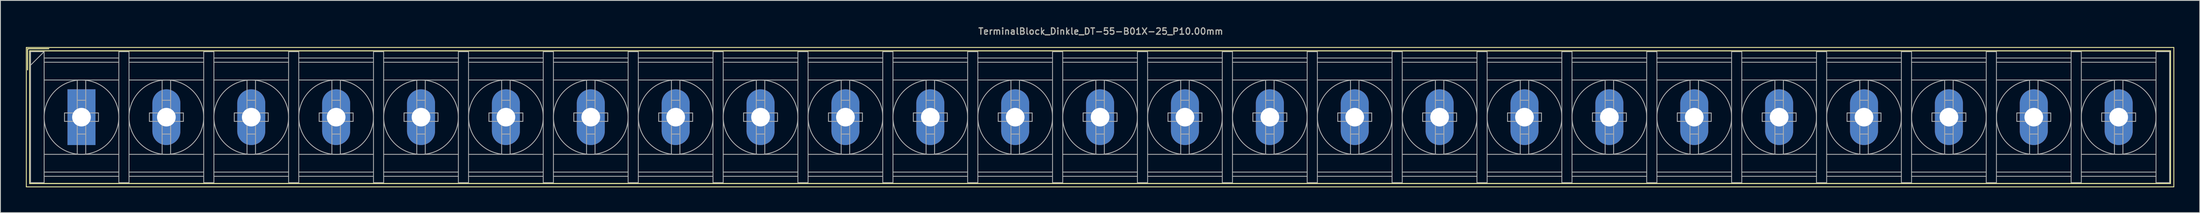
<source format=kicad_pcb>
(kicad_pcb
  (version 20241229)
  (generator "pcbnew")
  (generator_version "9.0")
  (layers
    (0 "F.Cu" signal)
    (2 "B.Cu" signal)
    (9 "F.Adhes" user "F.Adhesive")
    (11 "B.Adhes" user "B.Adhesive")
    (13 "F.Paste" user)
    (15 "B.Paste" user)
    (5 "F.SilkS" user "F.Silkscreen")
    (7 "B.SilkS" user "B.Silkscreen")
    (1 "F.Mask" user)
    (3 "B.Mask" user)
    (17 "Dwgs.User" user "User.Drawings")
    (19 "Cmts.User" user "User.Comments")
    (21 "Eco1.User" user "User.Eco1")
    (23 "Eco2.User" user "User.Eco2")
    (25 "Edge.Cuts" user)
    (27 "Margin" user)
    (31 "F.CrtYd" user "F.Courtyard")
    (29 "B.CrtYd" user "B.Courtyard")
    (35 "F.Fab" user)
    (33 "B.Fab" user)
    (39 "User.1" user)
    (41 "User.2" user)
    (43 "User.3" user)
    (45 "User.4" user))
  (footprint "TerminalBlock_Dinkle_DT-55-B01X-25_P10.00mm"
    (layer "F.Cu")
    (at 6.55 10.818)
    (property "Reference" "TerminalBlock_Dinkle_DT-55-B01X-25_P10.00mm" (at 120.08 -10.16 0) (layer "F.SilkS") (effects (font (size 0.75 0.75) (thickness 0.125))))
    (attr through_hole)
    (fp_line (start -6.5 -8.25) (end 246.5 -8.25) (stroke (width 0.1) (type solid)) (layer "F.SilkS"))
    (fp_line (start -6.5 8.25) (end -6.5 -8.25) (stroke (width 0.1) (type solid)) (layer "F.SilkS"))
    (fp_line (start -6.5 8.25) (end 246.5 8.25) (stroke (width 0.1) (type solid)) (layer "F.SilkS"))
    (fp_line (start -6.35 -8.1) (end -3.85 -8.1) (stroke (width 0.12) (type solid)) (layer "F.SilkS"))
    (fp_line (start -6.35 -5.6) (end -6.35 -8.1) (stroke (width 0.12) (type solid)) (layer "F.SilkS"))
    (fp_line (start -6.1 -7.85) (end 246.1 -7.85) (stroke (width 0.12) (type solid)) (layer "F.SilkS"))
    (fp_line (start -6.1 7.85) (end -6.1 -7.85) (stroke (width 0.12) (type solid)) (layer "F.SilkS"))
    (fp_line (start -6.1 7.85) (end 246.1 7.85) (stroke (width 0.12) (type solid)) (layer "F.SilkS"))
    (fp_line (start 246.1 -7.85) (end 246.1 7.85) (stroke (width 0.12) (type solid)) (layer "F.SilkS"))
    (fp_line (start 246.5 -8.25) (end 246.5 8.25) (stroke (width 0.1) (type solid)) (layer "F.SilkS"))
    (fp_line (start -6 -7.75) (end -6 7.75) (stroke (width 0.1) (type solid)) (layer "F.Fab"))
    (fp_line (start -6 -7.75) (end -4.4 -7.75) (stroke (width 0.1) (type solid)) (layer "F.Fab"))
    (fp_line (start -6 7.75) (end -4.4 7.75) (stroke (width 0.1) (type solid)) (layer "F.Fab"))
    (fp_line (start -4.4 -7.75) (end -6 -6.15) (stroke (width 0.1) (type solid)) (layer "F.Fab"))
    (fp_line (start -4.4 -7.75) (end -4.4 7.75) (stroke (width 0.1) (type solid)) (layer "F.Fab"))
    (fp_line (start -4.4 -7) (end 4.4 -7) (stroke (width 0.1) (type solid)) (layer "F.Fab"))
    (fp_line (start -4.4 -6.5) (end 4.4 -6.5) (stroke (width 0.1) (type solid)) (layer "F.Fab"))
    (fp_line (start -4.4 -4.4) (end 4.4 -4.4) (stroke (width 0.1) (type solid)) (layer "F.Fab"))
    (fp_line (start -4.4 4.4) (end 4.4 4.4) (stroke (width 0.1) (type solid)) (layer "F.Fab"))
    (fp_line (start -4.4 6.5) (end 4.4 6.5) (stroke (width 0.1) (type solid)) (layer "F.Fab"))
    (fp_line (start -4.4 7) (end 4.4 7) (stroke (width 0.1) (type solid)) (layer "F.Fab"))
    (fp_line (start -2 -0.5) (end -2 0.5) (stroke (width 0.1) (type solid)) (layer "F.Fab"))
    (fp_line (start -2 0.5) (end -0.5 0.5) (stroke (width 0.1) (type solid)) (layer "F.Fab"))
    (fp_line (start -0.5 -4.35) (end -0.5 -0.5) (stroke (width 0.1) (type solid)) (layer "F.Fab"))
    (fp_line (start -0.5 -2) (end 0.5 -2) (stroke (width 0.1) (type solid)) (layer "F.Fab"))
    (fp_line (start -0.5 -0.5) (end -2 -0.5) (stroke (width 0.1) (type solid)) (layer "F.Fab"))
    (fp_line (start -0.5 0.5) (end -0.5 4.35) (stroke (width 0.1) (type solid)) (layer "F.Fab"))
    (fp_line (start -0.5 2) (end 0.5 2) (stroke (width 0.1) (type solid)) (layer "F.Fab"))
    (fp_line (start 0.5 -4.35) (end 0.5 -0.5) (stroke (width 0.1) (type solid)) (layer "F.Fab"))
    (fp_line (start 0.5 -0.5) (end 2 -0.5) (stroke (width 0.1) (type solid)) (layer "F.Fab"))
    (fp_line (start 0.5 0.5) (end 0.5 4.35) (stroke (width 0.1) (type solid)) (layer "F.Fab"))
    (fp_line (start 2 -0.5) (end 2 0.5) (stroke (width 0.1) (type solid)) (layer "F.Fab"))
    (fp_line (start 2 0.5) (end 0.5 0.5) (stroke (width 0.1) (type solid)) (layer "F.Fab"))
    (fp_line (start 4.4 -7.75) (end 4.4 7.75) (stroke (width 0.1) (type solid)) (layer "F.Fab"))
    (fp_line (start 4.4 -7.75) (end 5.6 -7.75) (stroke (width 0.1) (type solid)) (layer "F.Fab"))
    (fp_line (start 4.4 7.75) (end 5.6 7.75) (stroke (width 0.1) (type solid)) (layer "F.Fab"))
    (fp_line (start 5.6 -7.75) (end 5.6 7.75) (stroke (width 0.1) (type solid)) (layer "F.Fab"))
    (fp_line (start 5.6 -7) (end 14.4 -7) (stroke (width 0.1) (type solid)) (layer "F.Fab"))
    (fp_line (start 5.6 -6.5) (end 14.4 -6.5) (stroke (width 0.1) (type solid)) (layer "F.Fab"))
    (fp_line (start 5.6 -4.4) (end 14.4 -4.4) (stroke (width 0.1) (type solid)) (layer "F.Fab"))
    (fp_line (start 5.6 4.4) (end 14.4 4.4) (stroke (width 0.1) (type solid)) (layer "F.Fab"))
    (fp_line (start 5.6 6.5) (end 14.4 6.5) (stroke (width 0.1) (type solid)) (layer "F.Fab"))
    (fp_line (start 5.6 7) (end 14.4 7) (stroke (width 0.1) (type solid)) (layer "F.Fab"))
    (fp_line (start 8 -0.5) (end 8 0.5) (stroke (width 0.1) (type solid)) (layer "F.Fab"))
    (fp_line (start 8 0.5) (end 9.5 0.5) (stroke (width 0.1) (type solid)) (layer "F.Fab"))
    (fp_line (start 9.5 -4.35) (end 9.5 -0.5) (stroke (width 0.1) (type solid)) (layer "F.Fab"))
    (fp_line (start 9.5 -2) (end 10.5 -2) (stroke (width 0.1) (type solid)) (layer "F.Fab"))
    (fp_line (start 9.5 -0.5) (end 8 -0.5) (stroke (width 0.1) (type solid)) (layer "F.Fab"))
    (fp_line (start 9.5 0.5) (end 9.5 4.35) (stroke (width 0.1) (type solid)) (layer "F.Fab"))
    (fp_line (start 9.5 2) (end 10.5 2) (stroke (width 0.1) (type solid)) (layer "F.Fab"))
    (fp_line (start 10.5 -4.35) (end 10.5 -0.5) (stroke (width 0.1) (type solid)) (layer "F.Fab"))
    (fp_line (start 10.5 -0.5) (end 12 -0.5) (stroke (width 0.1) (type solid)) (layer "F.Fab"))
    (fp_line (start 10.5 0.5) (end 10.5 4.35) (stroke (width 0.1) (type solid)) (layer "F.Fab"))
    (fp_line (start 12 -0.5) (end 12 0.5) (stroke (width 0.1) (type solid)) (layer "F.Fab"))
    (fp_line (start 12 0.5) (end 10.5 0.5) (stroke (width 0.1) (type solid)) (layer "F.Fab"))
    (fp_line (start 14.4 -7.75) (end 14.4 7.75) (stroke (width 0.1) (type solid)) (layer "F.Fab"))
    (fp_line (start 14.4 -7.75) (end 15.6 -7.75) (stroke (width 0.1) (type solid)) (layer "F.Fab"))
    (fp_line (start 14.4 7.75) (end 15.6 7.75) (stroke (width 0.1) (type solid)) (layer "F.Fab"))
    (fp_line (start 15.6 -7.75) (end 15.6 7.75) (stroke (width 0.1) (type solid)) (layer "F.Fab"))
    (fp_line (start 15.6 -7) (end 24.4 -7) (stroke (width 0.1) (type solid)) (layer "F.Fab"))
    (fp_line (start 15.6 -6.5) (end 24.4 -6.5) (stroke (width 0.1) (type solid)) (layer "F.Fab"))
    (fp_line (start 15.6 -4.4) (end 24.4 -4.4) (stroke (width 0.1) (type solid)) (layer "F.Fab"))
    (fp_line (start 15.6 4.4) (end 24.4 4.4) (stroke (width 0.1) (type solid)) (layer "F.Fab"))
    (fp_line (start 15.6 6.5) (end 24.4 6.5) (stroke (width 0.1) (type solid)) (layer "F.Fab"))
    (fp_line (start 15.6 7) (end 24.4 7) (stroke (width 0.1) (type solid)) (layer "F.Fab"))
    (fp_line (start 18 -0.5) (end 18 0.5) (stroke (width 0.1) (type solid)) (layer "F.Fab"))
    (fp_line (start 18 0.5) (end 19.5 0.5) (stroke (width 0.1) (type solid)) (layer "F.Fab"))
    (fp_line (start 19.5 -4.35) (end 19.5 -0.5) (stroke (width 0.1) (type solid)) (layer "F.Fab"))
    (fp_line (start 19.5 -2) (end 20.5 -2) (stroke (width 0.1) (type solid)) (layer "F.Fab"))
    (fp_line (start 19.5 -0.5) (end 18 -0.5) (stroke (width 0.1) (type solid)) (layer "F.Fab"))
    (fp_line (start 19.5 0.5) (end 19.5 4.35) (stroke (width 0.1) (type solid)) (layer "F.Fab"))
    (fp_line (start 19.5 2) (end 20.5 2) (stroke (width 0.1) (type solid)) (layer "F.Fab"))
    (fp_line (start 20.5 -4.35) (end 20.5 -0.5) (stroke (width 0.1) (type solid)) (layer "F.Fab"))
    (fp_line (start 20.5 -0.5) (end 22 -0.5) (stroke (width 0.1) (type solid)) (layer "F.Fab"))
    (fp_line (start 20.5 0.5) (end 20.5 4.35) (stroke (width 0.1) (type solid)) (layer "F.Fab"))
    (fp_line (start 22 -0.5) (end 22 0.5) (stroke (width 0.1) (type solid)) (layer "F.Fab"))
    (fp_line (start 22 0.5) (end 20.5 0.5) (stroke (width 0.1) (type solid)) (layer "F.Fab"))
    (fp_line (start 24.4 -7.75) (end 24.4 7.75) (stroke (width 0.1) (type solid)) (layer "F.Fab"))
    (fp_line (start 24.4 -7.75) (end 25.6 -7.75) (stroke (width 0.1) (type solid)) (layer "F.Fab"))
    (fp_line (start 24.4 7.75) (end 25.6 7.75) (stroke (width 0.1) (type solid)) (layer "F.Fab"))
    (fp_line (start 25.6 -7.75) (end 25.6 7.75) (stroke (width 0.1) (type solid)) (layer "F.Fab"))
    (fp_line (start 25.6 -7) (end 34.4 -7) (stroke (width 0.1) (type solid)) (layer "F.Fab"))
    (fp_line (start 25.6 -6.5) (end 34.4 -6.5) (stroke (width 0.1) (type solid)) (layer "F.Fab"))
    (fp_line (start 25.6 -4.4) (end 34.4 -4.4) (stroke (width 0.1) (type solid)) (layer "F.Fab"))
    (fp_line (start 25.6 4.4) (end 34.4 4.4) (stroke (width 0.1) (type solid)) (layer "F.Fab"))
    (fp_line (start 25.6 6.5) (end 34.4 6.5) (stroke (width 0.1) (type solid)) (layer "F.Fab"))
    (fp_line (start 25.6 7) (end 34.4 7) (stroke (width 0.1) (type solid)) (layer "F.Fab"))
    (fp_line (start 28 -0.5) (end 28 0.5) (stroke (width 0.1) (type solid)) (layer "F.Fab"))
    (fp_line (start 28 0.5) (end 29.5 0.5) (stroke (width 0.1) (type solid)) (layer "F.Fab"))
    (fp_line (start 29.5 -4.35) (end 29.5 -0.5) (stroke (width 0.1) (type solid)) (layer "F.Fab"))
    (fp_line (start 29.5 -2) (end 30.5 -2) (stroke (width 0.1) (type solid)) (layer "F.Fab"))
    (fp_line (start 29.5 -0.5) (end 28 -0.5) (stroke (width 0.1) (type solid)) (layer "F.Fab"))
    (fp_line (start 29.5 0.5) (end 29.5 4.35) (stroke (width 0.1) (type solid)) (layer "F.Fab"))
    (fp_line (start 29.5 2) (end 30.5 2) (stroke (width 0.1) (type solid)) (layer "F.Fab"))
    (fp_line (start 30.5 -4.35) (end 30.5 -0.5) (stroke (width 0.1) (type solid)) (layer "F.Fab"))
    (fp_line (start 30.5 -0.5) (end 32 -0.5) (stroke (width 0.1) (type solid)) (layer "F.Fab"))
    (fp_line (start 30.5 0.5) (end 30.5 4.35) (stroke (width 0.1) (type solid)) (layer "F.Fab"))
    (fp_line (start 32 -0.5) (end 32 0.5) (stroke (width 0.1) (type solid)) (layer "F.Fab"))
    (fp_line (start 32 0.5) (end 30.5 0.5) (stroke (width 0.1) (type solid)) (layer "F.Fab"))
    (fp_line (start 34.4 -7.75) (end 34.4 7.75) (stroke (width 0.1) (type solid)) (layer "F.Fab"))
    (fp_line (start 34.4 -7.75) (end 35.6 -7.75) (stroke (width 0.1) (type solid)) (layer "F.Fab"))
    (fp_line (start 34.4 7.75) (end 35.6 7.75) (stroke (width 0.1) (type solid)) (layer "F.Fab"))
    (fp_line (start 35.6 -7.75) (end 35.6 7.75) (stroke (width 0.1) (type solid)) (layer "F.Fab"))
    (fp_line (start 35.6 -7) (end 44.4 -7) (stroke (width 0.1) (type solid)) (layer "F.Fab"))
    (fp_line (start 35.6 -6.5) (end 44.4 -6.5) (stroke (width 0.1) (type solid)) (layer "F.Fab"))
    (fp_line (start 35.6 -4.4) (end 44.4 -4.4) (stroke (width 0.1) (type solid)) (layer "F.Fab"))
    (fp_line (start 35.6 4.4) (end 44.4 4.4) (stroke (width 0.1) (type solid)) (layer "F.Fab"))
    (fp_line (start 35.6 6.5) (end 44.4 6.5) (stroke (width 0.1) (type solid)) (layer "F.Fab"))
    (fp_line (start 35.6 7) (end 44.4 7) (stroke (width 0.1) (type solid)) (layer "F.Fab"))
    (fp_line (start 38 -0.5) (end 38 0.5) (stroke (width 0.1) (type solid)) (layer "F.Fab"))
    (fp_line (start 38 0.5) (end 39.5 0.5) (stroke (width 0.1) (type solid)) (layer "F.Fab"))
    (fp_line (start 39.5 -4.35) (end 39.5 -0.5) (stroke (width 0.1) (type solid)) (layer "F.Fab"))
    (fp_line (start 39.5 -2) (end 40.5 -2) (stroke (width 0.1) (type solid)) (layer "F.Fab"))
    (fp_line (start 39.5 -0.5) (end 38 -0.5) (stroke (width 0.1) (type solid)) (layer "F.Fab"))
    (fp_line (start 39.5 0.5) (end 39.5 4.35) (stroke (width 0.1) (type solid)) (layer "F.Fab"))
    (fp_line (start 39.5 2) (end 40.5 2) (stroke (width 0.1) (type solid)) (layer "F.Fab"))
    (fp_line (start 40.5 -4.35) (end 40.5 -0.5) (stroke (width 0.1) (type solid)) (layer "F.Fab"))
    (fp_line (start 40.5 -0.5) (end 42 -0.5) (stroke (width 0.1) (type solid)) (layer "F.Fab"))
    (fp_line (start 40.5 0.5) (end 40.5 4.35) (stroke (width 0.1) (type solid)) (layer "F.Fab"))
    (fp_line (start 42 -0.5) (end 42 0.5) (stroke (width 0.1) (type solid)) (layer "F.Fab"))
    (fp_line (start 42 0.5) (end 40.5 0.5) (stroke (width 0.1) (type solid)) (layer "F.Fab"))
    (fp_line (start 44.4 -7.75) (end 44.4 7.75) (stroke (width 0.1) (type solid)) (layer "F.Fab"))
    (fp_line (start 44.4 -7.75) (end 45.6 -7.75) (stroke (width 0.1) (type solid)) (layer "F.Fab"))
    (fp_line (start 44.4 7.75) (end 45.6 7.75) (stroke (width 0.1) (type solid)) (layer "F.Fab"))
    (fp_line (start 45.6 -7.75) (end 45.6 7.75) (stroke (width 0.1) (type solid)) (layer "F.Fab"))
    (fp_line (start 45.6 -7) (end 54.4 -7) (stroke (width 0.1) (type solid)) (layer "F.Fab"))
    (fp_line (start 45.6 -6.5) (end 54.4 -6.5) (stroke (width 0.1) (type solid)) (layer "F.Fab"))
    (fp_line (start 45.6 -4.4) (end 54.4 -4.4) (stroke (width 0.1) (type solid)) (layer "F.Fab"))
    (fp_line (start 45.6 4.4) (end 54.4 4.4) (stroke (width 0.1) (type solid)) (layer "F.Fab"))
    (fp_line (start 45.6 6.5) (end 54.4 6.5) (stroke (width 0.1) (type solid)) (layer "F.Fab"))
    (fp_line (start 45.6 7) (end 54.4 7) (stroke (width 0.1) (type solid)) (layer "F.Fab"))
    (fp_line (start 48 -0.5) (end 48 0.5) (stroke (width 0.1) (type solid)) (layer "F.Fab"))
    (fp_line (start 48 0.5) (end 49.5 0.5) (stroke (width 0.1) (type solid)) (layer "F.Fab"))
    (fp_line (start 49.5 -4.35) (end 49.5 -0.5) (stroke (width 0.1) (type solid)) (layer "F.Fab"))
    (fp_line (start 49.5 -2) (end 50.5 -2) (stroke (width 0.1) (type solid)) (layer "F.Fab"))
    (fp_line (start 49.5 -0.5) (end 48 -0.5) (stroke (width 0.1) (type solid)) (layer "F.Fab"))
    (fp_line (start 49.5 0.5) (end 49.5 4.35) (stroke (width 0.1) (type solid)) (layer "F.Fab"))
    (fp_line (start 49.5 2) (end 50.5 2) (stroke (width 0.1) (type solid)) (layer "F.Fab"))
    (fp_line (start 50.5 -4.35) (end 50.5 -0.5) (stroke (width 0.1) (type solid)) (layer "F.Fab"))
    (fp_line (start 50.5 -0.5) (end 52 -0.5) (stroke (width 0.1) (type solid)) (layer "F.Fab"))
    (fp_line (start 50.5 0.5) (end 50.5 4.35) (stroke (width 0.1) (type solid)) (layer "F.Fab"))
    (fp_line (start 52 -0.5) (end 52 0.5) (stroke (width 0.1) (type solid)) (layer "F.Fab"))
    (fp_line (start 52 0.5) (end 50.5 0.5) (stroke (width 0.1) (type solid)) (layer "F.Fab"))
    (fp_line (start 54.4 -7.75) (end 54.4 7.75) (stroke (width 0.1) (type solid)) (layer "F.Fab"))
    (fp_line (start 54.4 -7.75) (end 55.6 -7.75) (stroke (width 0.1) (type solid)) (layer "F.Fab"))
    (fp_line (start 54.4 7.75) (end 55.6 7.75) (stroke (width 0.1) (type solid)) (layer "F.Fab"))
    (fp_line (start 55.6 -7.75) (end 55.6 7.75) (stroke (width 0.1) (type solid)) (layer "F.Fab"))
    (fp_line (start 55.6 -7) (end 64.4 -7) (stroke (width 0.1) (type solid)) (layer "F.Fab"))
    (fp_line (start 55.6 -6.5) (end 64.4 -6.5) (stroke (width 0.1) (type solid)) (layer "F.Fab"))
    (fp_line (start 55.6 -4.4) (end 64.4 -4.4) (stroke (width 0.1) (type solid)) (layer "F.Fab"))
    (fp_line (start 55.6 4.4) (end 64.4 4.4) (stroke (width 0.1) (type solid)) (layer "F.Fab"))
    (fp_line (start 55.6 6.5) (end 64.4 6.5) (stroke (width 0.1) (type solid)) (layer "F.Fab"))
    (fp_line (start 55.6 7) (end 64.4 7) (stroke (width 0.1) (type solid)) (layer "F.Fab"))
    (fp_line (start 58 -0.5) (end 58 0.5) (stroke (width 0.1) (type solid)) (layer "F.Fab"))
    (fp_line (start 58 0.5) (end 59.5 0.5) (stroke (width 0.1) (type solid)) (layer "F.Fab"))
    (fp_line (start 59.5 -4.35) (end 59.5 -0.5) (stroke (width 0.1) (type solid)) (layer "F.Fab"))
    (fp_line (start 59.5 -2) (end 60.5 -2) (stroke (width 0.1) (type solid)) (layer "F.Fab"))
    (fp_line (start 59.5 -0.5) (end 58 -0.5) (stroke (width 0.1) (type solid)) (layer "F.Fab"))
    (fp_line (start 59.5 0.5) (end 59.5 4.35) (stroke (width 0.1) (type solid)) (layer "F.Fab"))
    (fp_line (start 59.5 2) (end 60.5 2) (stroke (width 0.1) (type solid)) (layer "F.Fab"))
    (fp_line (start 60.5 -4.35) (end 60.5 -0.5) (stroke (width 0.1) (type solid)) (layer "F.Fab"))
    (fp_line (start 60.5 -0.5) (end 62 -0.5) (stroke (width 0.1) (type solid)) (layer "F.Fab"))
    (fp_line (start 60.5 0.5) (end 60.5 4.35) (stroke (width 0.1) (type solid)) (layer "F.Fab"))
    (fp_line (start 62 -0.5) (end 62 0.5) (stroke (width 0.1) (type solid)) (layer "F.Fab"))
    (fp_line (start 62 0.5) (end 60.5 0.5) (stroke (width 0.1) (type solid)) (layer "F.Fab"))
    (fp_line (start 64.4 -7.75) (end 64.4 7.75) (stroke (width 0.1) (type solid)) (layer "F.Fab"))
    (fp_line (start 64.4 -7.75) (end 65.6 -7.75) (stroke (width 0.1) (type solid)) (layer "F.Fab"))
    (fp_line (start 64.4 7.75) (end 65.6 7.75) (stroke (width 0.1) (type solid)) (layer "F.Fab"))
    (fp_line (start 65.6 -7.75) (end 65.6 7.75) (stroke (width 0.1) (type solid)) (layer "F.Fab"))
    (fp_line (start 65.6 -7) (end 74.4 -7) (stroke (width 0.1) (type solid)) (layer "F.Fab"))
    (fp_line (start 65.6 -6.5) (end 74.4 -6.5) (stroke (width 0.1) (type solid)) (layer "F.Fab"))
    (fp_line (start 65.6 -4.4) (end 74.4 -4.4) (stroke (width 0.1) (type solid)) (layer "F.Fab"))
    (fp_line (start 65.6 4.4) (end 74.4 4.4) (stroke (width 0.1) (type solid)) (layer "F.Fab"))
    (fp_line (start 65.6 6.5) (end 74.4 6.5) (stroke (width 0.1) (type solid)) (layer "F.Fab"))
    (fp_line (start 65.6 7) (end 74.4 7) (stroke (width 0.1) (type solid)) (layer "F.Fab"))
    (fp_line (start 68 -0.5) (end 68 0.5) (stroke (width 0.1) (type solid)) (layer "F.Fab"))
    (fp_line (start 68 0.5) (end 69.5 0.5) (stroke (width 0.1) (type solid)) (layer "F.Fab"))
    (fp_line (start 69.5 -4.35) (end 69.5 -0.5) (stroke (width 0.1) (type solid)) (layer "F.Fab"))
    (fp_line (start 69.5 -2) (end 70.5 -2) (stroke (width 0.1) (type solid)) (layer "F.Fab"))
    (fp_line (start 69.5 -0.5) (end 68 -0.5) (stroke (width 0.1) (type solid)) (layer "F.Fab"))
    (fp_line (start 69.5 0.5) (end 69.5 4.35) (stroke (width 0.1) (type solid)) (layer "F.Fab"))
    (fp_line (start 69.5 2) (end 70.5 2) (stroke (width 0.1) (type solid)) (layer "F.Fab"))
    (fp_line (start 70.5 -4.35) (end 70.5 -0.5) (stroke (width 0.1) (type solid)) (layer "F.Fab"))
    (fp_line (start 70.5 -0.5) (end 72 -0.5) (stroke (width 0.1) (type solid)) (layer "F.Fab"))
    (fp_line (start 70.5 0.5) (end 70.5 4.35) (stroke (width 0.1) (type solid)) (layer "F.Fab"))
    (fp_line (start 72 -0.5) (end 72 0.5) (stroke (width 0.1) (type solid)) (layer "F.Fab"))
    (fp_line (start 72 0.5) (end 70.5 0.5) (stroke (width 0.1) (type solid)) (layer "F.Fab"))
    (fp_line (start 74.4 -7.75) (end 74.4 7.75) (stroke (width 0.1) (type solid)) (layer "F.Fab"))
    (fp_line (start 74.4 -7.75) (end 75.6 -7.75) (stroke (width 0.1) (type solid)) (layer "F.Fab"))
    (fp_line (start 74.4 7.75) (end 75.6 7.75) (stroke (width 0.1) (type solid)) (layer "F.Fab"))
    (fp_line (start 75.6 -7.75) (end 75.6 7.75) (stroke (width 0.1) (type solid)) (layer "F.Fab"))
    (fp_line (start 75.6 -7) (end 84.4 -7) (stroke (width 0.1) (type solid)) (layer "F.Fab"))
    (fp_line (start 75.6 -6.5) (end 84.4 -6.5) (stroke (width 0.1) (type solid)) (layer "F.Fab"))
    (fp_line (start 75.6 -4.4) (end 84.4 -4.4) (stroke (width 0.1) (type solid)) (layer "F.Fab"))
    (fp_line (start 75.6 4.4) (end 84.4 4.4) (stroke (width 0.1) (type solid)) (layer "F.Fab"))
    (fp_line (start 75.6 6.5) (end 84.4 6.5) (stroke (width 0.1) (type solid)) (layer "F.Fab"))
    (fp_line (start 75.6 7) (end 84.4 7) (stroke (width 0.1) (type solid)) (layer "F.Fab"))
    (fp_line (start 78 -0.5) (end 78 0.5) (stroke (width 0.1) (type solid)) (layer "F.Fab"))
    (fp_line (start 78 0.5) (end 79.5 0.5) (stroke (width 0.1) (type solid)) (layer "F.Fab"))
    (fp_line (start 79.5 -4.35) (end 79.5 -0.5) (stroke (width 0.1) (type solid)) (layer "F.Fab"))
    (fp_line (start 79.5 -2) (end 80.5 -2) (stroke (width 0.1) (type solid)) (layer "F.Fab"))
    (fp_line (start 79.5 -0.5) (end 78 -0.5) (stroke (width 0.1) (type solid)) (layer "F.Fab"))
    (fp_line (start 79.5 0.5) (end 79.5 4.35) (stroke (width 0.1) (type solid)) (layer "F.Fab"))
    (fp_line (start 79.5 2) (end 80.5 2) (stroke (width 0.1) (type solid)) (layer "F.Fab"))
    (fp_line (start 80.5 -4.35) (end 80.5 -0.5) (stroke (width 0.1) (type solid)) (layer "F.Fab"))
    (fp_line (start 80.5 -0.5) (end 82 -0.5) (stroke (width 0.1) (type solid)) (layer "F.Fab"))
    (fp_line (start 80.5 0.5) (end 80.5 4.35) (stroke (width 0.1) (type solid)) (layer "F.Fab"))
    (fp_line (start 82 -0.5) (end 82 0.5) (stroke (width 0.1) (type solid)) (layer "F.Fab"))
    (fp_line (start 82 0.5) (end 80.5 0.5) (stroke (width 0.1) (type solid)) (layer "F.Fab"))
    (fp_line (start 84.4 -7.75) (end 84.4 7.75) (stroke (width 0.1) (type solid)) (layer "F.Fab"))
    (fp_line (start 84.4 -7.75) (end 85.6 -7.75) (stroke (width 0.1) (type solid)) (layer "F.Fab"))
    (fp_line (start 84.4 7.75) (end 85.6 7.75) (stroke (width 0.1) (type solid)) (layer "F.Fab"))
    (fp_line (start 85.6 -7.75) (end 85.6 7.75) (stroke (width 0.1) (type solid)) (layer "F.Fab"))
    (fp_line (start 85.6 -7) (end 94.4 -7) (stroke (width 0.1) (type solid)) (layer "F.Fab"))
    (fp_line (start 85.6 -6.5) (end 94.4 -6.5) (stroke (width 0.1) (type solid)) (layer "F.Fab"))
    (fp_line (start 85.6 -4.4) (end 94.4 -4.4) (stroke (width 0.1) (type solid)) (layer "F.Fab"))
    (fp_line (start 85.6 4.4) (end 94.4 4.4) (stroke (width 0.1) (type solid)) (layer "F.Fab"))
    (fp_line (start 85.6 6.5) (end 94.4 6.5) (stroke (width 0.1) (type solid)) (layer "F.Fab"))
    (fp_line (start 85.6 7) (end 94.4 7) (stroke (width 0.1) (type solid)) (layer "F.Fab"))
    (fp_line (start 88 -0.5) (end 88 0.5) (stroke (width 0.1) (type solid)) (layer "F.Fab"))
    (fp_line (start 88 0.5) (end 89.5 0.5) (stroke (width 0.1) (type solid)) (layer "F.Fab"))
    (fp_line (start 89.5 -4.35) (end 89.5 -0.5) (stroke (width 0.1) (type solid)) (layer "F.Fab"))
    (fp_line (start 89.5 -2) (end 90.5 -2) (stroke (width 0.1) (type solid)) (layer "F.Fab"))
    (fp_line (start 89.5 -0.5) (end 88 -0.5) (stroke (width 0.1) (type solid)) (layer "F.Fab"))
    (fp_line (start 89.5 0.5) (end 89.5 4.35) (stroke (width 0.1) (type solid)) (layer "F.Fab"))
    (fp_line (start 89.5 2) (end 90.5 2) (stroke (width 0.1) (type solid)) (layer "F.Fab"))
    (fp_line (start 90.5 -4.35) (end 90.5 -0.5) (stroke (width 0.1) (type solid)) (layer "F.Fab"))
    (fp_line (start 90.5 -0.5) (end 92 -0.5) (stroke (width 0.1) (type solid)) (layer "F.Fab"))
    (fp_line (start 90.5 0.5) (end 90.5 4.35) (stroke (width 0.1) (type solid)) (layer "F.Fab"))
    (fp_line (start 92 -0.5) (end 92 0.5) (stroke (width 0.1) (type solid)) (layer "F.Fab"))
    (fp_line (start 92 0.5) (end 90.5 0.5) (stroke (width 0.1) (type solid)) (layer "F.Fab"))
    (fp_line (start 94.4 -7.75) (end 94.4 7.75) (stroke (width 0.1) (type solid)) (layer "F.Fab"))
    (fp_line (start 94.4 -7.75) (end 95.6 -7.75) (stroke (width 0.1) (type solid)) (layer "F.Fab"))
    (fp_line (start 94.4 7.75) (end 95.6 7.75) (stroke (width 0.1) (type solid)) (layer "F.Fab"))
    (fp_line (start 95.6 -7.75) (end 95.6 7.75) (stroke (width 0.1) (type solid)) (layer "F.Fab"))
    (fp_line (start 95.6 -7) (end 104.4 -7) (stroke (width 0.1) (type solid)) (layer "F.Fab"))
    (fp_line (start 95.6 -6.5) (end 104.4 -6.5) (stroke (width 0.1) (type solid)) (layer "F.Fab"))
    (fp_line (start 95.6 -4.4) (end 104.4 -4.4) (stroke (width 0.1) (type solid)) (layer "F.Fab"))
    (fp_line (start 95.6 4.4) (end 104.4 4.4) (stroke (width 0.1) (type solid)) (layer "F.Fab"))
    (fp_line (start 95.6 6.5) (end 104.4 6.5) (stroke (width 0.1) (type solid)) (layer "F.Fab"))
    (fp_line (start 95.6 7) (end 104.4 7) (stroke (width 0.1) (type solid)) (layer "F.Fab"))
    (fp_line (start 98 -0.5) (end 98 0.5) (stroke (width 0.1) (type solid)) (layer "F.Fab"))
    (fp_line (start 98 0.5) (end 99.5 0.5) (stroke (width 0.1) (type solid)) (layer "F.Fab"))
    (fp_line (start 99.5 -4.35) (end 99.5 -0.5) (stroke (width 0.1) (type solid)) (layer "F.Fab"))
    (fp_line (start 99.5 -2) (end 100.5 -2) (stroke (width 0.1) (type solid)) (layer "F.Fab"))
    (fp_line (start 99.5 -0.5) (end 98 -0.5) (stroke (width 0.1) (type solid)) (layer "F.Fab"))
    (fp_line (start 99.5 0.5) (end 99.5 4.35) (stroke (width 0.1) (type solid)) (layer "F.Fab"))
    (fp_line (start 99.5 2) (end 100.5 2) (stroke (width 0.1) (type solid)) (layer "F.Fab"))
    (fp_line (start 100.5 -4.35) (end 100.5 -0.5) (stroke (width 0.1) (type solid)) (layer "F.Fab"))
    (fp_line (start 100.5 -0.5) (end 102 -0.5) (stroke (width 0.1) (type solid)) (layer "F.Fab"))
    (fp_line (start 100.5 0.5) (end 100.5 4.35) (stroke (width 0.1) (type solid)) (layer "F.Fab"))
    (fp_line (start 102 -0.5) (end 102 0.5) (stroke (width 0.1) (type solid)) (layer "F.Fab"))
    (fp_line (start 102 0.5) (end 100.5 0.5) (stroke (width 0.1) (type solid)) (layer "F.Fab"))
    (fp_line (start 104.4 -7.75) (end 104.4 7.75) (stroke (width 0.1) (type solid)) (layer "F.Fab"))
    (fp_line (start 104.4 -7.75) (end 105.6 -7.75) (stroke (width 0.1) (type solid)) (layer "F.Fab"))
    (fp_line (start 104.4 7.75) (end 105.6 7.75) (stroke (width 0.1) (type solid)) (layer "F.Fab"))
    (fp_line (start 105.6 -7.75) (end 105.6 7.75) (stroke (width 0.1) (type solid)) (layer "F.Fab"))
    (fp_line (start 105.6 -7) (end 114.4 -7) (stroke (width 0.1) (type solid)) (layer "F.Fab"))
    (fp_line (start 105.6 -6.5) (end 114.4 -6.5) (stroke (width 0.1) (type solid)) (layer "F.Fab"))
    (fp_line (start 105.6 -4.4) (end 114.4 -4.4) (stroke (width 0.1) (type solid)) (layer "F.Fab"))
    (fp_line (start 105.6 4.4) (end 114.4 4.4) (stroke (width 0.1) (type solid)) (layer "F.Fab"))
    (fp_line (start 105.6 6.5) (end 114.4 6.5) (stroke (width 0.1) (type solid)) (layer "F.Fab"))
    (fp_line (start 105.6 7) (end 114.4 7) (stroke (width 0.1) (type solid)) (layer "F.Fab"))
    (fp_line (start 108 -0.5) (end 108 0.5) (stroke (width 0.1) (type solid)) (layer "F.Fab"))
    (fp_line (start 108 0.5) (end 109.5 0.5) (stroke (width 0.1) (type solid)) (layer "F.Fab"))
    (fp_line (start 109.5 -4.35) (end 109.5 -0.5) (stroke (width 0.1) (type solid)) (layer "F.Fab"))
    (fp_line (start 109.5 -2) (end 110.5 -2) (stroke (width 0.1) (type solid)) (layer "F.Fab"))
    (fp_line (start 109.5 -0.5) (end 108 -0.5) (stroke (width 0.1) (type solid)) (layer "F.Fab"))
    (fp_line (start 109.5 0.5) (end 109.5 4.35) (stroke (width 0.1) (type solid)) (layer "F.Fab"))
    (fp_line (start 109.5 2) (end 110.5 2) (stroke (width 0.1) (type solid)) (layer "F.Fab"))
    (fp_line (start 110.5 -4.35) (end 110.5 -0.5) (stroke (width 0.1) (type solid)) (layer "F.Fab"))
    (fp_line (start 110.5 -0.5) (end 112 -0.5) (stroke (width 0.1) (type solid)) (layer "F.Fab"))
    (fp_line (start 110.5 0.5) (end 110.5 4.35) (stroke (width 0.1) (type solid)) (layer "F.Fab"))
    (fp_line (start 112 -0.5) (end 112 0.5) (stroke (width 0.1) (type solid)) (layer "F.Fab"))
    (fp_line (start 112 0.5) (end 110.5 0.5) (stroke (width 0.1) (type solid)) (layer "F.Fab"))
    (fp_line (start 114.4 -7.75) (end 114.4 7.75) (stroke (width 0.1) (type solid)) (layer "F.Fab"))
    (fp_line (start 114.4 -7.75) (end 115.6 -7.75) (stroke (width 0.1) (type solid)) (layer "F.Fab"))
    (fp_line (start 114.4 7.75) (end 115.6 7.75) (stroke (width 0.1) (type solid)) (layer "F.Fab"))
    (fp_line (start 115.6 -7.75) (end 115.6 7.75) (stroke (width 0.1) (type solid)) (layer "F.Fab"))
    (fp_line (start 115.6 -7) (end 124.4 -7) (stroke (width 0.1) (type solid)) (layer "F.Fab"))
    (fp_line (start 115.6 -6.5) (end 124.4 -6.5) (stroke (width 0.1) (type solid)) (layer "F.Fab"))
    (fp_line (start 115.6 -4.4) (end 124.4 -4.4) (stroke (width 0.1) (type solid)) (layer "F.Fab"))
    (fp_line (start 115.6 4.4) (end 124.4 4.4) (stroke (width 0.1) (type solid)) (layer "F.Fab"))
    (fp_line (start 115.6 6.5) (end 124.4 6.5) (stroke (width 0.1) (type solid)) (layer "F.Fab"))
    (fp_line (start 115.6 7) (end 124.4 7) (stroke (width 0.1) (type solid)) (layer "F.Fab"))
    (fp_line (start 118 -0.5) (end 118 0.5) (stroke (width 0.1) (type solid)) (layer "F.Fab"))
    (fp_line (start 118 0.5) (end 119.5 0.5) (stroke (width 0.1) (type solid)) (layer "F.Fab"))
    (fp_line (start 119.5 -4.35) (end 119.5 -0.5) (stroke (width 0.1) (type solid)) (layer "F.Fab"))
    (fp_line (start 119.5 -2) (end 120.5 -2) (stroke (width 0.1) (type solid)) (layer "F.Fab"))
    (fp_line (start 119.5 -0.5) (end 118 -0.5) (stroke (width 0.1) (type solid)) (layer "F.Fab"))
    (fp_line (start 119.5 0.5) (end 119.5 4.35) (stroke (width 0.1) (type solid)) (layer "F.Fab"))
    (fp_line (start 119.5 2) (end 120.5 2) (stroke (width 0.1) (type solid)) (layer "F.Fab"))
    (fp_line (start 120.5 -4.35) (end 120.5 -0.5) (stroke (width 0.1) (type solid)) (layer "F.Fab"))
    (fp_line (start 120.5 -0.5) (end 122 -0.5) (stroke (width 0.1) (type solid)) (layer "F.Fab"))
    (fp_line (start 120.5 0.5) (end 120.5 4.35) (stroke (width 0.1) (type solid)) (layer "F.Fab"))
    (fp_line (start 122 -0.5) (end 122 0.5) (stroke (width 0.1) (type solid)) (layer "F.Fab"))
    (fp_line (start 122 0.5) (end 120.5 0.5) (stroke (width 0.1) (type solid)) (layer "F.Fab"))
    (fp_line (start 124.4 -7.75) (end 124.4 7.75) (stroke (width 0.1) (type solid)) (layer "F.Fab"))
    (fp_line (start 124.4 -7.75) (end 125.6 -7.75) (stroke (width 0.1) (type solid)) (layer "F.Fab"))
    (fp_line (start 124.4 7.75) (end 125.6 7.75) (stroke (width 0.1) (type solid)) (layer "F.Fab"))
    (fp_line (start 125.6 -7.75) (end 125.6 7.75) (stroke (width 0.1) (type solid)) (layer "F.Fab"))
    (fp_line (start 125.6 -7) (end 134.4 -7) (stroke (width 0.1) (type solid)) (layer "F.Fab"))
    (fp_line (start 125.6 -6.5) (end 134.4 -6.5) (stroke (width 0.1) (type solid)) (layer "F.Fab"))
    (fp_line (start 125.6 -4.4) (end 134.4 -4.4) (stroke (width 0.1) (type solid)) (layer "F.Fab"))
    (fp_line (start 125.6 4.4) (end 134.4 4.4) (stroke (width 0.1) (type solid)) (layer "F.Fab"))
    (fp_line (start 125.6 6.5) (end 134.4 6.5) (stroke (width 0.1) (type solid)) (layer "F.Fab"))
    (fp_line (start 125.6 7) (end 134.4 7) (stroke (width 0.1) (type solid)) (layer "F.Fab"))
    (fp_line (start 128 -0.5) (end 128 0.5) (stroke (width 0.1) (type solid)) (layer "F.Fab"))
    (fp_line (start 128 0.5) (end 129.5 0.5) (stroke (width 0.1) (type solid)) (layer "F.Fab"))
    (fp_line (start 129.5 -4.35) (end 129.5 -0.5) (stroke (width 0.1) (type solid)) (layer "F.Fab"))
    (fp_line (start 129.5 -2) (end 130.5 -2) (stroke (width 0.1) (type solid)) (layer "F.Fab"))
    (fp_line (start 129.5 -0.5) (end 128 -0.5) (stroke (width 0.1) (type solid)) (layer "F.Fab"))
    (fp_line (start 129.5 0.5) (end 129.5 4.35) (stroke (width 0.1) (type solid)) (layer "F.Fab"))
    (fp_line (start 129.5 2) (end 130.5 2) (stroke (width 0.1) (type solid)) (layer "F.Fab"))
    (fp_line (start 130.5 -4.35) (end 130.5 -0.5) (stroke (width 0.1) (type solid)) (layer "F.Fab"))
    (fp_line (start 130.5 -0.5) (end 132 -0.5) (stroke (width 0.1) (type solid)) (layer "F.Fab"))
    (fp_line (start 130.5 0.5) (end 130.5 4.35) (stroke (width 0.1) (type solid)) (layer "F.Fab"))
    (fp_line (start 132 -0.5) (end 132 0.5) (stroke (width 0.1) (type solid)) (layer "F.Fab"))
    (fp_line (start 132 0.5) (end 130.5 0.5) (stroke (width 0.1) (type solid)) (layer "F.Fab"))
    (fp_line (start 134.4 -7.75) (end 134.4 7.75) (stroke (width 0.1) (type solid)) (layer "F.Fab"))
    (fp_line (start 134.4 -7.75) (end 135.6 -7.75) (stroke (width 0.1) (type solid)) (layer "F.Fab"))
    (fp_line (start 134.4 7.75) (end 135.6 7.75) (stroke (width 0.1) (type solid)) (layer "F.Fab"))
    (fp_line (start 135.6 -7.75) (end 135.6 7.75) (stroke (width 0.1) (type solid)) (layer "F.Fab"))
    (fp_line (start 135.6 -7) (end 144.4 -7) (stroke (width 0.1) (type solid)) (layer "F.Fab"))
    (fp_line (start 135.6 -6.5) (end 144.4 -6.5) (stroke (width 0.1) (type solid)) (layer "F.Fab"))
    (fp_line (start 135.6 -4.4) (end 144.4 -4.4) (stroke (width 0.1) (type solid)) (layer "F.Fab"))
    (fp_line (start 135.6 4.4) (end 144.4 4.4) (stroke (width 0.1) (type solid)) (layer "F.Fab"))
    (fp_line (start 135.6 6.5) (end 144.4 6.5) (stroke (width 0.1) (type solid)) (layer "F.Fab"))
    (fp_line (start 135.6 7) (end 144.4 7) (stroke (width 0.1) (type solid)) (layer "F.Fab"))
    (fp_line (start 138 -0.5) (end 138 0.5) (stroke (width 0.1) (type solid)) (layer "F.Fab"))
    (fp_line (start 138 0.5) (end 139.5 0.5) (stroke (width 0.1) (type solid)) (layer "F.Fab"))
    (fp_line (start 139.5 -4.35) (end 139.5 -0.5) (stroke (width 0.1) (type solid)) (layer "F.Fab"))
    (fp_line (start 139.5 -2) (end 140.5 -2) (stroke (width 0.1) (type solid)) (layer "F.Fab"))
    (fp_line (start 139.5 -0.5) (end 138 -0.5) (stroke (width 0.1) (type solid)) (layer "F.Fab"))
    (fp_line (start 139.5 0.5) (end 139.5 4.35) (stroke (width 0.1) (type solid)) (layer "F.Fab"))
    (fp_line (start 139.5 2) (end 140.5 2) (stroke (width 0.1) (type solid)) (layer "F.Fab"))
    (fp_line (start 140.5 -4.35) (end 140.5 -0.5) (stroke (width 0.1) (type solid)) (layer "F.Fab"))
    (fp_line (start 140.5 -0.5) (end 142 -0.5) (stroke (width 0.1) (type solid)) (layer "F.Fab"))
    (fp_line (start 140.5 0.5) (end 140.5 4.35) (stroke (width 0.1) (type solid)) (layer "F.Fab"))
    (fp_line (start 142 -0.5) (end 142 0.5) (stroke (width 0.1) (type solid)) (layer "F.Fab"))
    (fp_line (start 142 0.5) (end 140.5 0.5) (stroke (width 0.1) (type solid)) (layer "F.Fab"))
    (fp_line (start 144.4 -7.75) (end 144.4 7.75) (stroke (width 0.1) (type solid)) (layer "F.Fab"))
    (fp_line (start 144.4 -7.75) (end 145.6 -7.75) (stroke (width 0.1) (type solid)) (layer "F.Fab"))
    (fp_line (start 144.4 7.75) (end 145.6 7.75) (stroke (width 0.1) (type solid)) (layer "F.Fab"))
    (fp_line (start 145.6 -7.75) (end 145.6 7.75) (stroke (width 0.1) (type solid)) (layer "F.Fab"))
    (fp_line (start 145.6 -7) (end 154.4 -7) (stroke (width 0.1) (type solid)) (layer "F.Fab"))
    (fp_line (start 145.6 -6.5) (end 154.4 -6.5) (stroke (width 0.1) (type solid)) (layer "F.Fab"))
    (fp_line (start 145.6 -4.4) (end 154.4 -4.4) (stroke (width 0.1) (type solid)) (layer "F.Fab"))
    (fp_line (start 145.6 4.4) (end 154.4 4.4) (stroke (width 0.1) (type solid)) (layer "F.Fab"))
    (fp_line (start 145.6 6.5) (end 154.4 6.5) (stroke (width 0.1) (type solid)) (layer "F.Fab"))
    (fp_line (start 145.6 7) (end 154.4 7) (stroke (width 0.1) (type solid)) (layer "F.Fab"))
    (fp_line (start 148 -0.5) (end 148 0.5) (stroke (width 0.1) (type solid)) (layer "F.Fab"))
    (fp_line (start 148 0.5) (end 149.5 0.5) (stroke (width 0.1) (type solid)) (layer "F.Fab"))
    (fp_line (start 149.5 -4.35) (end 149.5 -0.5) (stroke (width 0.1) (type solid)) (layer "F.Fab"))
    (fp_line (start 149.5 -2) (end 150.5 -2) (stroke (width 0.1) (type solid)) (layer "F.Fab"))
    (fp_line (start 149.5 -0.5) (end 148 -0.5) (stroke (width 0.1) (type solid)) (layer "F.Fab"))
    (fp_line (start 149.5 0.5) (end 149.5 4.35) (stroke (width 0.1) (type solid)) (layer "F.Fab"))
    (fp_line (start 149.5 2) (end 150.5 2) (stroke (width 0.1) (type solid)) (layer "F.Fab"))
    (fp_line (start 150.5 -4.35) (end 150.5 -0.5) (stroke (width 0.1) (type solid)) (layer "F.Fab"))
    (fp_line (start 150.5 -0.5) (end 152 -0.5) (stroke (width 0.1) (type solid)) (layer "F.Fab"))
    (fp_line (start 150.5 0.5) (end 150.5 4.35) (stroke (width 0.1) (type solid)) (layer "F.Fab"))
    (fp_line (start 152 -0.5) (end 152 0.5) (stroke (width 0.1) (type solid)) (layer "F.Fab"))
    (fp_line (start 152 0.5) (end 150.5 0.5) (stroke (width 0.1) (type solid)) (layer "F.Fab"))
    (fp_line (start 154.4 -7.75) (end 154.4 7.75) (stroke (width 0.1) (type solid)) (layer "F.Fab"))
    (fp_line (start 154.4 -7.75) (end 155.6 -7.75) (stroke (width 0.1) (type solid)) (layer "F.Fab"))
    (fp_line (start 154.4 7.75) (end 155.6 7.75) (stroke (width 0.1) (type solid)) (layer "F.Fab"))
    (fp_line (start 155.6 -7.75) (end 155.6 7.75) (stroke (width 0.1) (type solid)) (layer "F.Fab"))
    (fp_line (start 155.6 -7) (end 164.4 -7) (stroke (width 0.1) (type solid)) (layer "F.Fab"))
    (fp_line (start 155.6 -6.5) (end 164.4 -6.5) (stroke (width 0.1) (type solid)) (layer "F.Fab"))
    (fp_line (start 155.6 -4.4) (end 164.4 -4.4) (stroke (width 0.1) (type solid)) (layer "F.Fab"))
    (fp_line (start 155.6 4.4) (end 164.4 4.4) (stroke (width 0.1) (type solid)) (layer "F.Fab"))
    (fp_line (start 155.6 6.5) (end 164.4 6.5) (stroke (width 0.1) (type solid)) (layer "F.Fab"))
    (fp_line (start 155.6 7) (end 164.4 7) (stroke (width 0.1) (type solid)) (layer "F.Fab"))
    (fp_line (start 158 -0.5) (end 158 0.5) (stroke (width 0.1) (type solid)) (layer "F.Fab"))
    (fp_line (start 158 0.5) (end 159.5 0.5) (stroke (width 0.1) (type solid)) (layer "F.Fab"))
    (fp_line (start 159.5 -4.35) (end 159.5 -0.5) (stroke (width 0.1) (type solid)) (layer "F.Fab"))
    (fp_line (start 159.5 -2) (end 160.5 -2) (stroke (width 0.1) (type solid)) (layer "F.Fab"))
    (fp_line (start 159.5 -0.5) (end 158 -0.5) (stroke (width 0.1) (type solid)) (layer "F.Fab"))
    (fp_line (start 159.5 0.5) (end 159.5 4.35) (stroke (width 0.1) (type solid)) (layer "F.Fab"))
    (fp_line (start 159.5 2) (end 160.5 2) (stroke (width 0.1) (type solid)) (layer "F.Fab"))
    (fp_line (start 160.5 -4.35) (end 160.5 -0.5) (stroke (width 0.1) (type solid)) (layer "F.Fab"))
    (fp_line (start 160.5 -0.5) (end 162 -0.5) (stroke (width 0.1) (type solid)) (layer "F.Fab"))
    (fp_line (start 160.5 0.5) (end 160.5 4.35) (stroke (width 0.1) (type solid)) (layer "F.Fab"))
    (fp_line (start 162 -0.5) (end 162 0.5) (stroke (width 0.1) (type solid)) (layer "F.Fab"))
    (fp_line (start 162 0.5) (end 160.5 0.5) (stroke (width 0.1) (type solid)) (layer "F.Fab"))
    (fp_line (start 164.4 -7.75) (end 164.4 7.75) (stroke (width 0.1) (type solid)) (layer "F.Fab"))
    (fp_line (start 164.4 -7.75) (end 165.6 -7.75) (stroke (width 0.1) (type solid)) (layer "F.Fab"))
    (fp_line (start 164.4 7.75) (end 165.6 7.75) (stroke (width 0.1) (type solid)) (layer "F.Fab"))
    (fp_line (start 165.6 -7.75) (end 165.6 7.75) (stroke (width 0.1) (type solid)) (layer "F.Fab"))
    (fp_line (start 165.6 -7) (end 174.4 -7) (stroke (width 0.1) (type solid)) (layer "F.Fab"))
    (fp_line (start 165.6 -6.5) (end 174.4 -6.5) (stroke (width 0.1) (type solid)) (layer "F.Fab"))
    (fp_line (start 165.6 -4.4) (end 174.4 -4.4) (stroke (width 0.1) (type solid)) (layer "F.Fab"))
    (fp_line (start 165.6 4.4) (end 174.4 4.4) (stroke (width 0.1) (type solid)) (layer "F.Fab"))
    (fp_line (start 165.6 6.5) (end 174.4 6.5) (stroke (width 0.1) (type solid)) (layer "F.Fab"))
    (fp_line (start 165.6 7) (end 174.4 7) (stroke (width 0.1) (type solid)) (layer "F.Fab"))
    (fp_line (start 168 -0.5) (end 168 0.5) (stroke (width 0.1) (type solid)) (layer "F.Fab"))
    (fp_line (start 168 0.5) (end 169.5 0.5) (stroke (width 0.1) (type solid)) (layer "F.Fab"))
    (fp_line (start 169.5 -4.35) (end 169.5 -0.5) (stroke (width 0.1) (type solid)) (layer "F.Fab"))
    (fp_line (start 169.5 -2) (end 170.5 -2) (stroke (width 0.1) (type solid)) (layer "F.Fab"))
    (fp_line (start 169.5 -0.5) (end 168 -0.5) (stroke (width 0.1) (type solid)) (layer "F.Fab"))
    (fp_line (start 169.5 0.5) (end 169.5 4.35) (stroke (width 0.1) (type solid)) (layer "F.Fab"))
    (fp_line (start 169.5 2) (end 170.5 2) (stroke (width 0.1) (type solid)) (layer "F.Fab"))
    (fp_line (start 170.5 -4.35) (end 170.5 -0.5) (stroke (width 0.1) (type solid)) (layer "F.Fab"))
    (fp_line (start 170.5 -0.5) (end 172 -0.5) (stroke (width 0.1) (type solid)) (layer "F.Fab"))
    (fp_line (start 170.5 0.5) (end 170.5 4.35) (stroke (width 0.1) (type solid)) (layer "F.Fab"))
    (fp_line (start 172 -0.5) (end 172 0.5) (stroke (width 0.1) (type solid)) (layer "F.Fab"))
    (fp_line (start 172 0.5) (end 170.5 0.5) (stroke (width 0.1) (type solid)) (layer "F.Fab"))
    (fp_line (start 174.4 -7.75) (end 174.4 7.75) (stroke (width 0.1) (type solid)) (layer "F.Fab"))
    (fp_line (start 174.4 -7.75) (end 175.6 -7.75) (stroke (width 0.1) (type solid)) (layer "F.Fab"))
    (fp_line (start 174.4 7.75) (end 175.6 7.75) (stroke (width 0.1) (type solid)) (layer "F.Fab"))
    (fp_line (start 175.6 -7.75) (end 175.6 7.75) (stroke (width 0.1) (type solid)) (layer "F.Fab"))
    (fp_line (start 175.6 -7) (end 184.4 -7) (stroke (width 0.1) (type solid)) (layer "F.Fab"))
    (fp_line (start 175.6 -6.5) (end 184.4 -6.5) (stroke (width 0.1) (type solid)) (layer "F.Fab"))
    (fp_line (start 175.6 -4.4) (end 184.4 -4.4) (stroke (width 0.1) (type solid)) (layer "F.Fab"))
    (fp_line (start 175.6 4.4) (end 184.4 4.4) (stroke (width 0.1) (type solid)) (layer "F.Fab"))
    (fp_line (start 175.6 6.5) (end 184.4 6.5) (stroke (width 0.1) (type solid)) (layer "F.Fab"))
    (fp_line (start 175.6 7) (end 184.4 7) (stroke (width 0.1) (type solid)) (layer "F.Fab"))
    (fp_line (start 178 -0.5) (end 178 0.5) (stroke (width 0.1) (type solid)) (layer "F.Fab"))
    (fp_line (start 178 0.5) (end 179.5 0.5) (stroke (width 0.1) (type solid)) (layer "F.Fab"))
    (fp_line (start 179.5 -4.35) (end 179.5 -0.5) (stroke (width 0.1) (type solid)) (layer "F.Fab"))
    (fp_line (start 179.5 -2) (end 180.5 -2) (stroke (width 0.1) (type solid)) (layer "F.Fab"))
    (fp_line (start 179.5 -0.5) (end 178 -0.5) (stroke (width 0.1) (type solid)) (layer "F.Fab"))
    (fp_line (start 179.5 0.5) (end 179.5 4.35) (stroke (width 0.1) (type solid)) (layer "F.Fab"))
    (fp_line (start 179.5 2) (end 180.5 2) (stroke (width 0.1) (type solid)) (layer "F.Fab"))
    (fp_line (start 180.5 -4.35) (end 180.5 -0.5) (stroke (width 0.1) (type solid)) (layer "F.Fab"))
    (fp_line (start 180.5 -0.5) (end 182 -0.5) (stroke (width 0.1) (type solid)) (layer "F.Fab"))
    (fp_line (start 180.5 0.5) (end 180.5 4.35) (stroke (width 0.1) (type solid)) (layer "F.Fab"))
    (fp_line (start 182 -0.5) (end 182 0.5) (stroke (width 0.1) (type solid)) (layer "F.Fab"))
    (fp_line (start 182 0.5) (end 180.5 0.5) (stroke (width 0.1) (type solid)) (layer "F.Fab"))
    (fp_line (start 184.4 -7.75) (end 184.4 7.75) (stroke (width 0.1) (type solid)) (layer "F.Fab"))
    (fp_line (start 184.4 -7.75) (end 185.6 -7.75) (stroke (width 0.1) (type solid)) (layer "F.Fab"))
    (fp_line (start 184.4 7.75) (end 185.6 7.75) (stroke (width 0.1) (type solid)) (layer "F.Fab"))
    (fp_line (start 185.6 -7.75) (end 185.6 7.75) (stroke (width 0.1) (type solid)) (layer "F.Fab"))
    (fp_line (start 185.6 -7) (end 194.4 -7) (stroke (width 0.1) (type solid)) (layer "F.Fab"))
    (fp_line (start 185.6 -6.5) (end 194.4 -6.5) (stroke (width 0.1) (type solid)) (layer "F.Fab"))
    (fp_line (start 185.6 -4.4) (end 194.4 -4.4) (stroke (width 0.1) (type solid)) (layer "F.Fab"))
    (fp_line (start 185.6 4.4) (end 194.4 4.4) (stroke (width 0.1) (type solid)) (layer "F.Fab"))
    (fp_line (start 185.6 6.5) (end 194.4 6.5) (stroke (width 0.1) (type solid)) (layer "F.Fab"))
    (fp_line (start 185.6 7) (end 194.4 7) (stroke (width 0.1) (type solid)) (layer "F.Fab"))
    (fp_line (start 188 -0.5) (end 188 0.5) (stroke (width 0.1) (type solid)) (layer "F.Fab"))
    (fp_line (start 188 0.5) (end 189.5 0.5) (stroke (width 0.1) (type solid)) (layer "F.Fab"))
    (fp_line (start 189.5 -4.35) (end 189.5 -0.5) (stroke (width 0.1) (type solid)) (layer "F.Fab"))
    (fp_line (start 189.5 -2) (end 190.5 -2) (stroke (width 0.1) (type solid)) (layer "F.Fab"))
    (fp_line (start 189.5 -0.5) (end 188 -0.5) (stroke (width 0.1) (type solid)) (layer "F.Fab"))
    (fp_line (start 189.5 0.5) (end 189.5 4.35) (stroke (width 0.1) (type solid)) (layer "F.Fab"))
    (fp_line (start 189.5 2) (end 190.5 2) (stroke (width 0.1) (type solid)) (layer "F.Fab"))
    (fp_line (start 190.5 -4.35) (end 190.5 -0.5) (stroke (width 0.1) (type solid)) (layer "F.Fab"))
    (fp_line (start 190.5 -0.5) (end 192 -0.5) (stroke (width 0.1) (type solid)) (layer "F.Fab"))
    (fp_line (start 190.5 0.5) (end 190.5 4.35) (stroke (width 0.1) (type solid)) (layer "F.Fab"))
    (fp_line (start 192 -0.5) (end 192 0.5) (stroke (width 0.1) (type solid)) (layer "F.Fab"))
    (fp_line (start 192 0.5) (end 190.5 0.5) (stroke (width 0.1) (type solid)) (layer "F.Fab"))
    (fp_line (start 194.4 -7.75) (end 194.4 7.75) (stroke (width 0.1) (type solid)) (layer "F.Fab"))
    (fp_line (start 194.4 -7.75) (end 195.6 -7.75) (stroke (width 0.1) (type solid)) (layer "F.Fab"))
    (fp_line (start 194.4 7.75) (end 195.6 7.75) (stroke (width 0.1) (type solid)) (layer "F.Fab"))
    (fp_line (start 195.6 -7.75) (end 195.6 7.75) (stroke (width 0.1) (type solid)) (layer "F.Fab"))
    (fp_line (start 195.6 -7) (end 204.4 -7) (stroke (width 0.1) (type solid)) (layer "F.Fab"))
    (fp_line (start 195.6 -6.5) (end 204.4 -6.5) (stroke (width 0.1) (type solid)) (layer "F.Fab"))
    (fp_line (start 195.6 -4.4) (end 204.4 -4.4) (stroke (width 0.1) (type solid)) (layer "F.Fab"))
    (fp_line (start 195.6 4.4) (end 204.4 4.4) (stroke (width 0.1) (type solid)) (layer "F.Fab"))
    (fp_line (start 195.6 6.5) (end 204.4 6.5) (stroke (width 0.1) (type solid)) (layer "F.Fab"))
    (fp_line (start 195.6 7) (end 204.4 7) (stroke (width 0.1) (type solid)) (layer "F.Fab"))
    (fp_line (start 198 -0.5) (end 198 0.5) (stroke (width 0.1) (type solid)) (layer "F.Fab"))
    (fp_line (start 198 0.5) (end 199.5 0.5) (stroke (width 0.1) (type solid)) (layer "F.Fab"))
    (fp_line (start 199.5 -4.35) (end 199.5 -0.5) (stroke (width 0.1) (type solid)) (layer "F.Fab"))
    (fp_line (start 199.5 -2) (end 200.5 -2) (stroke (width 0.1) (type solid)) (layer "F.Fab"))
    (fp_line (start 199.5 -0.5) (end 198 -0.5) (stroke (width 0.1) (type solid)) (layer "F.Fab"))
    (fp_line (start 199.5 0.5) (end 199.5 4.35) (stroke (width 0.1) (type solid)) (layer "F.Fab"))
    (fp_line (start 199.5 2) (end 200.5 2) (stroke (width 0.1) (type solid)) (layer "F.Fab"))
    (fp_line (start 200.5 -4.35) (end 200.5 -0.5) (stroke (width 0.1) (type solid)) (layer "F.Fab"))
    (fp_line (start 200.5 -0.5) (end 202 -0.5) (stroke (width 0.1) (type solid)) (layer "F.Fab"))
    (fp_line (start 200.5 0.5) (end 200.5 4.35) (stroke (width 0.1) (type solid)) (layer "F.Fab"))
    (fp_line (start 202 -0.5) (end 202 0.5) (stroke (width 0.1) (type solid)) (layer "F.Fab"))
    (fp_line (start 202 0.5) (end 200.5 0.5) (stroke (width 0.1) (type solid)) (layer "F.Fab"))
    (fp_line (start 204.4 -7.75) (end 204.4 7.75) (stroke (width 0.1) (type solid)) (layer "F.Fab"))
    (fp_line (start 204.4 -7.75) (end 205.6 -7.75) (stroke (width 0.1) (type solid)) (layer "F.Fab"))
    (fp_line (start 204.4 7.75) (end 205.6 7.75) (stroke (width 0.1) (type solid)) (layer "F.Fab"))
    (fp_line (start 205.6 -7.75) (end 205.6 7.75) (stroke (width 0.1) (type solid)) (layer "F.Fab"))
    (fp_line (start 205.6 -7) (end 214.4 -7) (stroke (width 0.1) (type solid)) (layer "F.Fab"))
    (fp_line (start 205.6 -6.5) (end 214.4 -6.5) (stroke (width 0.1) (type solid)) (layer "F.Fab"))
    (fp_line (start 205.6 -4.4) (end 214.4 -4.4) (stroke (width 0.1) (type solid)) (layer "F.Fab"))
    (fp_line (start 205.6 4.4) (end 214.4 4.4) (stroke (width 0.1) (type solid)) (layer "F.Fab"))
    (fp_line (start 205.6 6.5) (end 214.4 6.5) (stroke (width 0.1) (type solid)) (layer "F.Fab"))
    (fp_line (start 205.6 7) (end 214.4 7) (stroke (width 0.1) (type solid)) (layer "F.Fab"))
    (fp_line (start 208 -0.5) (end 208 0.5) (stroke (width 0.1) (type solid)) (layer "F.Fab"))
    (fp_line (start 208 0.5) (end 209.5 0.5) (stroke (width 0.1) (type solid)) (layer "F.Fab"))
    (fp_line (start 209.5 -4.35) (end 209.5 -0.5) (stroke (width 0.1) (type solid)) (layer "F.Fab"))
    (fp_line (start 209.5 -2) (end 210.5 -2) (stroke (width 0.1) (type solid)) (layer "F.Fab"))
    (fp_line (start 209.5 -0.5) (end 208 -0.5) (stroke (width 0.1) (type solid)) (layer "F.Fab"))
    (fp_line (start 209.5 0.5) (end 209.5 4.35) (stroke (width 0.1) (type solid)) (layer "F.Fab"))
    (fp_line (start 209.5 2) (end 210.5 2) (stroke (width 0.1) (type solid)) (layer "F.Fab"))
    (fp_line (start 210.5 -4.35) (end 210.5 -0.5) (stroke (width 0.1) (type solid)) (layer "F.Fab"))
    (fp_line (start 210.5 -0.5) (end 212 -0.5) (stroke (width 0.1) (type solid)) (layer "F.Fab"))
    (fp_line (start 210.5 0.5) (end 210.5 4.35) (stroke (width 0.1) (type solid)) (layer "F.Fab"))
    (fp_line (start 212 -0.5) (end 212 0.5) (stroke (width 0.1) (type solid)) (layer "F.Fab"))
    (fp_line (start 212 0.5) (end 210.5 0.5) (stroke (width 0.1) (type solid)) (layer "F.Fab"))
    (fp_line (start 214.4 -7.75) (end 214.4 7.75) (stroke (width 0.1) (type solid)) (layer "F.Fab"))
    (fp_line (start 214.4 -7.75) (end 215.6 -7.75) (stroke (width 0.1) (type solid)) (layer "F.Fab"))
    (fp_line (start 214.4 7.75) (end 215.6 7.75) (stroke (width 0.1) (type solid)) (layer "F.Fab"))
    (fp_line (start 215.6 -7.75) (end 215.6 7.75) (stroke (width 0.1) (type solid)) (layer "F.Fab"))
    (fp_line (start 215.6 -7) (end 224.4 -7) (stroke (width 0.1) (type solid)) (layer "F.Fab"))
    (fp_line (start 215.6 -6.5) (end 224.4 -6.5) (stroke (width 0.1) (type solid)) (layer "F.Fab"))
    (fp_line (start 215.6 -4.4) (end 224.4 -4.4) (stroke (width 0.1) (type solid)) (layer "F.Fab"))
    (fp_line (start 215.6 4.4) (end 224.4 4.4) (stroke (width 0.1) (type solid)) (layer "F.Fab"))
    (fp_line (start 215.6 6.5) (end 224.4 6.5) (stroke (width 0.1) (type solid)) (layer "F.Fab"))
    (fp_line (start 215.6 7) (end 224.4 7) (stroke (width 0.1) (type solid)) (layer "F.Fab"))
    (fp_line (start 218 -0.5) (end 218 0.5) (stroke (width 0.1) (type solid)) (layer "F.Fab"))
    (fp_line (start 218 0.5) (end 219.5 0.5) (stroke (width 0.1) (type solid)) (layer "F.Fab"))
    (fp_line (start 219.5 -4.35) (end 219.5 -0.5) (stroke (width 0.1) (type solid)) (layer "F.Fab"))
    (fp_line (start 219.5 -2) (end 220.5 -2) (stroke (width 0.1) (type solid)) (layer "F.Fab"))
    (fp_line (start 219.5 -0.5) (end 218 -0.5) (stroke (width 0.1) (type solid)) (layer "F.Fab"))
    (fp_line (start 219.5 0.5) (end 219.5 4.35) (stroke (width 0.1) (type solid)) (layer "F.Fab"))
    (fp_line (start 219.5 2) (end 220.5 2) (stroke (width 0.1) (type solid)) (layer "F.Fab"))
    (fp_line (start 220.5 -4.35) (end 220.5 -0.5) (stroke (width 0.1) (type solid)) (layer "F.Fab"))
    (fp_line (start 220.5 -0.5) (end 222 -0.5) (stroke (width 0.1) (type solid)) (layer "F.Fab"))
    (fp_line (start 220.5 0.5) (end 220.5 4.35) (stroke (width 0.1) (type solid)) (layer "F.Fab"))
    (fp_line (start 222 -0.5) (end 222 0.5) (stroke (width 0.1) (type solid)) (layer "F.Fab"))
    (fp_line (start 222 0.5) (end 220.5 0.5) (stroke (width 0.1) (type solid)) (layer "F.Fab"))
    (fp_line (start 224.4 -7.75) (end 224.4 7.75) (stroke (width 0.1) (type solid)) (layer "F.Fab"))
    (fp_line (start 224.4 -7.75) (end 225.6 -7.75) (stroke (width 0.1) (type solid)) (layer "F.Fab"))
    (fp_line (start 224.4 7.75) (end 225.6 7.75) (stroke (width 0.1) (type solid)) (layer "F.Fab"))
    (fp_line (start 225.6 -7.75) (end 225.6 7.75) (stroke (width 0.1) (type solid)) (layer "F.Fab"))
    (fp_line (start 225.6 -7) (end 234.4 -7) (stroke (width 0.1) (type solid)) (layer "F.Fab"))
    (fp_line (start 225.6 -6.5) (end 234.4 -6.5) (stroke (width 0.1) (type solid)) (layer "F.Fab"))
    (fp_line (start 225.6 -4.4) (end 234.4 -4.4) (stroke (width 0.1) (type solid)) (layer "F.Fab"))
    (fp_line (start 225.6 4.4) (end 234.4 4.4) (stroke (width 0.1) (type solid)) (layer "F.Fab"))
    (fp_line (start 225.6 6.5) (end 234.4 6.5) (stroke (width 0.1) (type solid)) (layer "F.Fab"))
    (fp_line (start 225.6 7) (end 234.4 7) (stroke (width 0.1) (type solid)) (layer "F.Fab"))
    (fp_line (start 228 -0.5) (end 228 0.5) (stroke (width 0.1) (type solid)) (layer "F.Fab"))
    (fp_line (start 228 0.5) (end 229.5 0.5) (stroke (width 0.1) (type solid)) (layer "F.Fab"))
    (fp_line (start 229.5 -4.35) (end 229.5 -0.5) (stroke (width 0.1) (type solid)) (layer "F.Fab"))
    (fp_line (start 229.5 -2) (end 230.5 -2) (stroke (width 0.1) (type solid)) (layer "F.Fab"))
    (fp_line (start 229.5 -0.5) (end 228 -0.5) (stroke (width 0.1) (type solid)) (layer "F.Fab"))
    (fp_line (start 229.5 0.5) (end 229.5 4.35) (stroke (width 0.1) (type solid)) (layer "F.Fab"))
    (fp_line (start 229.5 2) (end 230.5 2) (stroke (width 0.1) (type solid)) (layer "F.Fab"))
    (fp_line (start 230.5 -4.35) (end 230.5 -0.5) (stroke (width 0.1) (type solid)) (layer "F.Fab"))
    (fp_line (start 230.5 -0.5) (end 232 -0.5) (stroke (width 0.1) (type solid)) (layer "F.Fab"))
    (fp_line (start 230.5 0.5) (end 230.5 4.35) (stroke (width 0.1) (type solid)) (layer "F.Fab"))
    (fp_line (start 232 -0.5) (end 232 0.5) (stroke (width 0.1) (type solid)) (layer "F.Fab"))
    (fp_line (start 232 0.5) (end 230.5 0.5) (stroke (width 0.1) (type solid)) (layer "F.Fab"))
    (fp_line (start 234.4 -7.75) (end 234.4 7.75) (stroke (width 0.1) (type solid)) (layer "F.Fab"))
    (fp_line (start 234.4 -7.75) (end 235.6 -7.75) (stroke (width 0.1) (type solid)) (layer "F.Fab"))
    (fp_line (start 234.4 7.75) (end 235.6 7.75) (stroke (width 0.1) (type solid)) (layer "F.Fab"))
    (fp_line (start 235.6 -7.75) (end 235.6 7.75) (stroke (width 0.1) (type solid)) (layer "F.Fab"))
    (fp_line (start 235.6 -7) (end 244.4 -7) (stroke (width 0.1) (type solid)) (layer "F.Fab"))
    (fp_line (start 235.6 -6.5) (end 244.4 -6.5) (stroke (width 0.1) (type solid)) (layer "F.Fab"))
    (fp_line (start 235.6 -4.4) (end 244.4 -4.4) (stroke (width 0.1) (type solid)) (layer "F.Fab"))
    (fp_line (start 235.6 4.4) (end 244.4 4.4) (stroke (width 0.1) (type solid)) (layer "F.Fab"))
    (fp_line (start 235.6 6.5) (end 244.4 6.5) (stroke (width 0.1) (type solid)) (layer "F.Fab"))
    (fp_line (start 235.6 7) (end 244.4 7) (stroke (width 0.1) (type solid)) (layer "F.Fab"))
    (fp_line (start 238 -0.5) (end 238 0.5) (stroke (width 0.1) (type solid)) (layer "F.Fab"))
    (fp_line (start 238 0.5) (end 239.5 0.5) (stroke (width 0.1) (type solid)) (layer "F.Fab"))
    (fp_line (start 239.5 -4.35) (end 239.5 -0.5) (stroke (width 0.1) (type solid)) (layer "F.Fab"))
    (fp_line (start 239.5 -2) (end 240.5 -2) (stroke (width 0.1) (type solid)) (layer "F.Fab"))
    (fp_line (start 239.5 -0.5) (end 238 -0.5) (stroke (width 0.1) (type solid)) (layer "F.Fab"))
    (fp_line (start 239.5 0.5) (end 239.5 4.35) (stroke (width 0.1) (type solid)) (layer "F.Fab"))
    (fp_line (start 239.5 2) (end 240.5 2) (stroke (width 0.1) (type solid)) (layer "F.Fab"))
    (fp_line (start 240.5 -4.35) (end 240.5 -0.5) (stroke (width 0.1) (type solid)) (layer "F.Fab"))
    (fp_line (start 240.5 -0.5) (end 242 -0.5) (stroke (width 0.1) (type solid)) (layer "F.Fab"))
    (fp_line (start 240.5 0.5) (end 240.5 4.35) (stroke (width 0.1) (type solid)) (layer "F.Fab"))
    (fp_line (start 242 -0.5) (end 242 0.5) (stroke (width 0.1) (type solid)) (layer "F.Fab"))
    (fp_line (start 242 0.5) (end 240.5 0.5) (stroke (width 0.1) (type solid)) (layer "F.Fab"))
    (fp_line (start 244.4 -7.75) (end 244.4 7.75) (stroke (width 0.1) (type solid)) (layer "F.Fab"))
    (fp_line (start 244.4 -7.75) (end 246 -7.75) (stroke (width 0.1) (type solid)) (layer "F.Fab"))
    (fp_line (start 244.4 7.75) (end 246 7.75) (stroke (width 0.1) (type solid)) (layer "F.Fab"))
    (fp_line (start 246 -7.75) (end 246 7.75) (stroke (width 0.1) (type solid)) (layer "F.Fab"))
    (fp_circle (center 0 0) (end 0.5 0.5) (stroke (width 0.1) (type solid)) (fill no) (layer "F.Fab"))
    (fp_circle (center 0 0) (end 4.4 0) (stroke (width 0.1) (type solid)) (fill no) (layer "F.Fab"))
    (fp_circle (center 10 0) (end 10.5 0.5) (stroke (width 0.1) (type solid)) (fill no) (layer "F.Fab"))
    (fp_circle (center 10 0) (end 14.4 0) (stroke (width 0.1) (type solid)) (fill no) (layer "F.Fab"))
    (fp_circle (center 20 0) (end 20.5 0.5) (stroke (width 0.1) (type solid)) (fill no) (layer "F.Fab"))
    (fp_circle (center 20 0) (end 24.4 0) (stroke (width 0.1) (type solid)) (fill no) (layer "F.Fab"))
    (fp_circle (center 30 0) (end 30.5 0.5) (stroke (width 0.1) (type solid)) (fill no) (layer "F.Fab"))
    (fp_circle (center 30 0) (end 34.4 0) (stroke (width 0.1) (type solid)) (fill no) (layer "F.Fab"))
    (fp_circle (center 40 0) (end 40.5 0.5) (stroke (width 0.1) (type solid)) (fill no) (layer "F.Fab"))
    (fp_circle (center 40 0) (end 44.4 0) (stroke (width 0.1) (type solid)) (fill no) (layer "F.Fab"))
    (fp_circle (center 50 0) (end 50.5 0.5) (stroke (width 0.1) (type solid)) (fill no) (layer "F.Fab"))
    (fp_circle (center 50 0) (end 54.4 0) (stroke (width 0.1) (type solid)) (fill no) (layer "F.Fab"))
    (fp_circle (center 60 0) (end 60.5 0.5) (stroke (width 0.1) (type solid)) (fill no) (layer "F.Fab"))
    (fp_circle (center 60 0) (end 64.4 0) (stroke (width 0.1) (type solid)) (fill no) (layer "F.Fab"))
    (fp_circle (center 70 0) (end 70.5 0.5) (stroke (width 0.1) (type solid)) (fill no) (layer "F.Fab"))
    (fp_circle (center 70 0) (end 74.4 0) (stroke (width 0.1) (type solid)) (fill no) (layer "F.Fab"))
    (fp_circle (center 80 0) (end 80.5 0.5) (stroke (width 0.1) (type solid)) (fill no) (layer "F.Fab"))
    (fp_circle (center 80 0) (end 84.4 0) (stroke (width 0.1) (type solid)) (fill no) (layer "F.Fab"))
    (fp_circle (center 90 0) (end 90.5 0.5) (stroke (width 0.1) (type solid)) (fill no) (layer "F.Fab"))
    (fp_circle (center 90 0) (end 94.4 0) (stroke (width 0.1) (type solid)) (fill no) (layer "F.Fab"))
    (fp_circle (center 100 0) (end 100.5 0.5) (stroke (width 0.1) (type solid)) (fill no) (layer "F.Fab"))
    (fp_circle (center 100 0) (end 104.4 0) (stroke (width 0.1) (type solid)) (fill no) (layer "F.Fab"))
    (fp_circle (center 110 0) (end 110.5 0.5) (stroke (width 0.1) (type solid)) (fill no) (layer "F.Fab"))
    (fp_circle (center 110 0) (end 114.4 0) (stroke (width 0.1) (type solid)) (fill no) (layer "F.Fab"))
    (fp_circle (center 120 0) (end 120.5 0.5) (stroke (width 0.1) (type solid)) (fill no) (layer "F.Fab"))
    (fp_circle (center 120 0) (end 124.4 0) (stroke (width 0.1) (type solid)) (fill no) (layer "F.Fab"))
    (fp_circle (center 130 0) (end 130.5 0.5) (stroke (width 0.1) (type solid)) (fill no) (layer "F.Fab"))
    (fp_circle (center 130 0) (end 134.4 0) (stroke (width 0.1) (type solid)) (fill no) (layer "F.Fab"))
    (fp_circle (center 140 0) (end 140.5 0.5) (stroke (width 0.1) (type solid)) (fill no) (layer "F.Fab"))
    (fp_circle (center 140 0) (end 144.4 0) (stroke (width 0.1) (type solid)) (fill no) (layer "F.Fab"))
    (fp_circle (center 150 0) (end 150.5 0.5) (stroke (width 0.1) (type solid)) (fill no) (layer "F.Fab"))
    (fp_circle (center 150 0) (end 154.4 0) (stroke (width 0.1) (type solid)) (fill no) (layer "F.Fab"))
    (fp_circle (center 160 0) (end 160.5 0.5) (stroke (width 0.1) (type solid)) (fill no) (layer "F.Fab"))
    (fp_circle (center 160 0) (end 164.4 0) (stroke (width 0.1) (type solid)) (fill no) (layer "F.Fab"))
    (fp_circle (center 170 0) (end 170.5 0.5) (stroke (width 0.1) (type solid)) (fill no) (layer "F.Fab"))
    (fp_circle (center 170 0) (end 174.4 0) (stroke (width 0.1) (type solid)) (fill no) (layer "F.Fab"))
    (fp_circle (center 180 0) (end 180.5 0.5) (stroke (width 0.1) (type solid)) (fill no) (layer "F.Fab"))
    (fp_circle (center 180 0) (end 184.4 0) (stroke (width 0.1) (type solid)) (fill no) (layer "F.Fab"))
    (fp_circle (center 190 0) (end 190.5 0.5) (stroke (width 0.1) (type solid)) (fill no) (layer "F.Fab"))
    (fp_circle (center 190 0) (end 194.4 0) (stroke (width 0.1) (type solid)) (fill no) (layer "F.Fab"))
    (fp_circle (center 200 0) (end 200.5 0.5) (stroke (width 0.1) (type solid)) (fill no) (layer "F.Fab"))
    (fp_circle (center 200 0) (end 204.4 0) (stroke (width 0.1) (type solid)) (fill no) (layer "F.Fab"))
    (fp_circle (center 210 0) (end 210.5 0.5) (stroke (width 0.1) (type solid)) (fill no) (layer "F.Fab"))
    (fp_circle (center 210 0) (end 214.4 0) (stroke (width 0.1) (type solid)) (fill no) (layer "F.Fab"))
    (fp_circle (center 220 0) (end 220.5 0.5) (stroke (width 0.1) (type solid)) (fill no) (layer "F.Fab"))
    (fp_circle (center 220 0) (end 224.4 0) (stroke (width 0.1) (type solid)) (fill no) (layer "F.Fab"))
    (fp_circle (center 230 0) (end 230.5 0.5) (stroke (width 0.1) (type solid)) (fill no) (layer "F.Fab"))
    (fp_circle (center 230 0) (end 234.4 0) (stroke (width 0.1) (type solid)) (fill no) (layer "F.Fab"))
    (fp_circle (center 240 0) (end 240.5 0.5) (stroke (width 0.1) (type solid)) (fill no) (layer "F.Fab"))
    (fp_circle (center 240 0) (end 244.4 0) (stroke (width 0.1) (type solid)) (fill no) (layer "F.Fab"))
    (fp_text user "${REFERENCE}" (at 120.08 -10.16 0) (layer "F.Fab") (effects (font (size 0.75 0.75) (thickness 0.125))))
    (pad "1" thru_hole rect (at 0 0) (size 3.3 6.6) (drill 2.2) (layers "*.Cu" "*.Mask"))
    (pad "2" thru_hole oval (at 10 0) (size 3.3 6.6) (drill 2.2) (layers "*.Cu" "*.Mask"))
    (pad "3" thru_hole oval (at 20 0) (size 3.3 6.6) (drill 2.2) (layers "*.Cu" "*.Mask"))
    (pad "4" thru_hole oval (at 30 0) (size 3.3 6.6) (drill 2.2) (layers "*.Cu" "*.Mask"))
    (pad "5" thru_hole oval (at 40 0) (size 3.3 6.6) (drill 2.2) (layers "*.Cu" "*.Mask"))
    (pad "6" thru_hole oval (at 50 0) (size 3.3 6.6) (drill 2.2) (layers "*.Cu" "*.Mask"))
    (pad "7" thru_hole oval (at 60 0) (size 3.3 6.6) (drill 2.2) (layers "*.Cu" "*.Mask"))
    (pad "8" thru_hole oval (at 70 0) (size 3.3 6.6) (drill 2.2) (layers "*.Cu" "*.Mask"))
    (pad "9" thru_hole oval (at 80 0) (size 3.3 6.6) (drill 2.2) (layers "*.Cu" "*.Mask"))
    (pad "10" thru_hole oval (at 90 0) (size 3.3 6.6) (drill 2.2) (layers "*.Cu" "*.Mask"))
    (pad "11" thru_hole oval (at 100 0) (size 3.3 6.6) (drill 2.2) (layers "*.Cu" "*.Mask"))
    (pad "12" thru_hole oval (at 110 0) (size 3.3 6.6) (drill 2.2) (layers "*.Cu" "*.Mask"))
    (pad "13" thru_hole oval (at 120 0) (size 3.3 6.6) (drill 2.2) (layers "*.Cu" "*.Mask"))
    (pad "14" thru_hole oval (at 130 0) (size 3.3 6.6) (drill 2.2) (layers "*.Cu" "*.Mask"))
    (pad "15" thru_hole oval (at 140 0) (size 3.3 6.6) (drill 2.2) (layers "*.Cu" "*.Mask"))
    (pad "16" thru_hole oval (at 150 0) (size 3.3 6.6) (drill 2.2) (layers "*.Cu" "*.Mask"))
    (pad "17" thru_hole oval (at 160 0) (size 3.3 6.6) (drill 2.2) (layers "*.Cu" "*.Mask"))
    (pad "18" thru_hole oval (at 170 0) (size 3.3 6.6) (drill 2.2) (layers "*.Cu" "*.Mask"))
    (pad "19" thru_hole oval (at 180 0) (size 3.3 6.6) (drill 2.2) (layers "*.Cu" "*.Mask"))
    (pad "20" thru_hole oval (at 190 0) (size 3.3 6.6) (drill 2.2) (layers "*.Cu" "*.Mask"))
    (pad "21" thru_hole oval (at 200 0) (size 3.3 6.6) (drill 2.2) (layers "*.Cu" "*.Mask"))
    (pad "22" thru_hole oval (at 210 0) (size 3.3 6.6) (drill 2.2) (layers "*.Cu" "*.Mask"))
    (pad "23" thru_hole oval (at 220 0) (size 3.3 6.6) (drill 2.2) (layers "*.Cu" "*.Mask"))
    (pad "24" thru_hole oval (at 230 0) (size 3.3 6.6) (drill 2.2) (layers "*.Cu" "*.Mask"))
    (pad "25" thru_hole oval (at 240 0) (size 3.3 6.6) (drill 2.2) (layers "*.Cu" "*.Mask")))
  (gr_rect
    (start -3 -3)
    (end 256.1 22.118)
    (stroke (width 0.1) (type default))
    (fill no)
    (layer "Edge.Cuts")))
</source>
